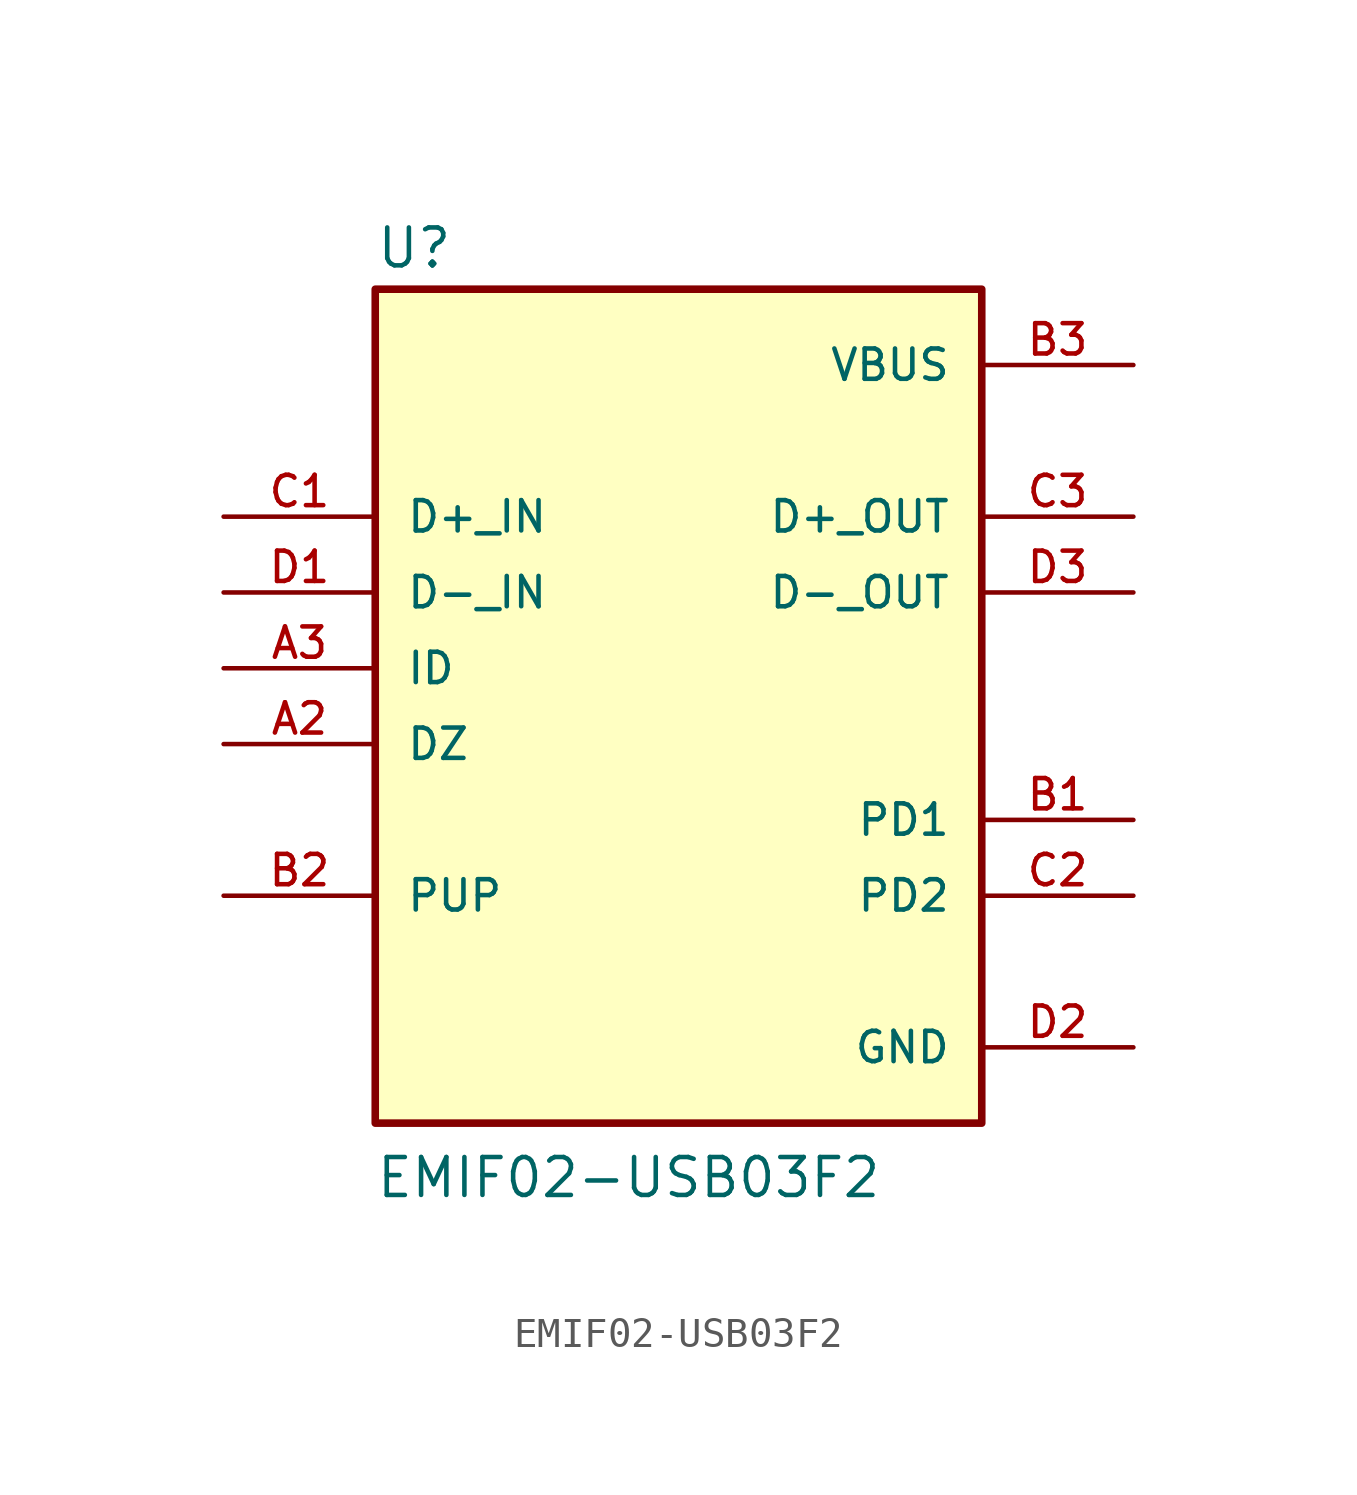
<source format=kicad_sym>
(kicad_symbol_lib
  (version 20211014)
  (generator kicad_symbol_editor)
  (symbol "EMIF02-USB03F2"
    (pin_names
      (offset 1.016))
    (property "Reference" "U"
      (at -10.161 13.336 0)
      (effects (font (size 1.27 1.27)) (justify bottom left)))
    (property "Value" "EMIF02-USB03F2"
      (at -10.176 -17.808 0)
      (effects (font (size 1.27 1.27)) (justify bottom left)))
    (symbol "EMIF02-USB03F2_0_0"
      (rectangle (start -10.16 -15.24) (end 10.16 12.7) (stroke (width 0.254)) (fill (type background)))
      (pin bidirectional line (at -15.24 -2.54 0) (length 5.08) (name "DZ" (effects (font (size 1.016 1.016)))) (number "A2" (effects (font (size 1.016 1.016)))))
      (pin bidirectional line (at -15.24 0.0 0) (length 5.08) (name "ID" (effects (font (size 1.016 1.016)))) (number "A3" (effects (font (size 1.016 1.016)))))
      (pin power_in line (at 15.24 10.16 180.0) (length 5.08) (name "VBUS" (effects (font (size 1.016 1.016)))) (number "B3" (effects (font (size 1.016 1.016)))))
      (pin passive line (at -15.24 -7.62 0) (length 5.08) (name "PUP" (effects (font (size 1.016 1.016)))) (number "B2" (effects (font (size 1.016 1.016)))))
      (pin passive line (at 15.24 -5.08 180.0) (length 5.08) (name "PD1" (effects (font (size 1.016 1.016)))) (number "B1" (effects (font (size 1.016 1.016)))))
      (pin bidirectional line (at 15.24 5.08 180.0) (length 5.08) (name "D+_OUT" (effects (font (size 1.016 1.016)))) (number "C3" (effects (font (size 1.016 1.016)))))
      (pin bidirectional line (at 15.24 2.54 180.0) (length 5.08) (name "D-_OUT" (effects (font (size 1.016 1.016)))) (number "D3" (effects (font (size 1.016 1.016)))))
      (pin bidirectional line (at -15.24 5.08 0) (length 5.08) (name "D+_IN" (effects (font (size 1.016 1.016)))) (number "C1" (effects (font (size 1.016 1.016)))))
      (pin bidirectional line (at -15.24 2.54 0) (length 5.08) (name "D-_IN" (effects (font (size 1.016 1.016)))) (number "D1" (effects (font (size 1.016 1.016)))))
      (pin power_in line (at 15.24 -12.7 180.0) (length 5.08) (name "GND" (effects (font (size 1.016 1.016)))) (number "D2" (effects (font (size 1.016 1.016)))))
      (pin passive line (at 15.24 -7.62 180.0) (length 5.08) (name "PD2" (effects (font (size 1.016 1.016)))) (number "C2" (effects (font (size 1.016 1.016))))))))
</source>
